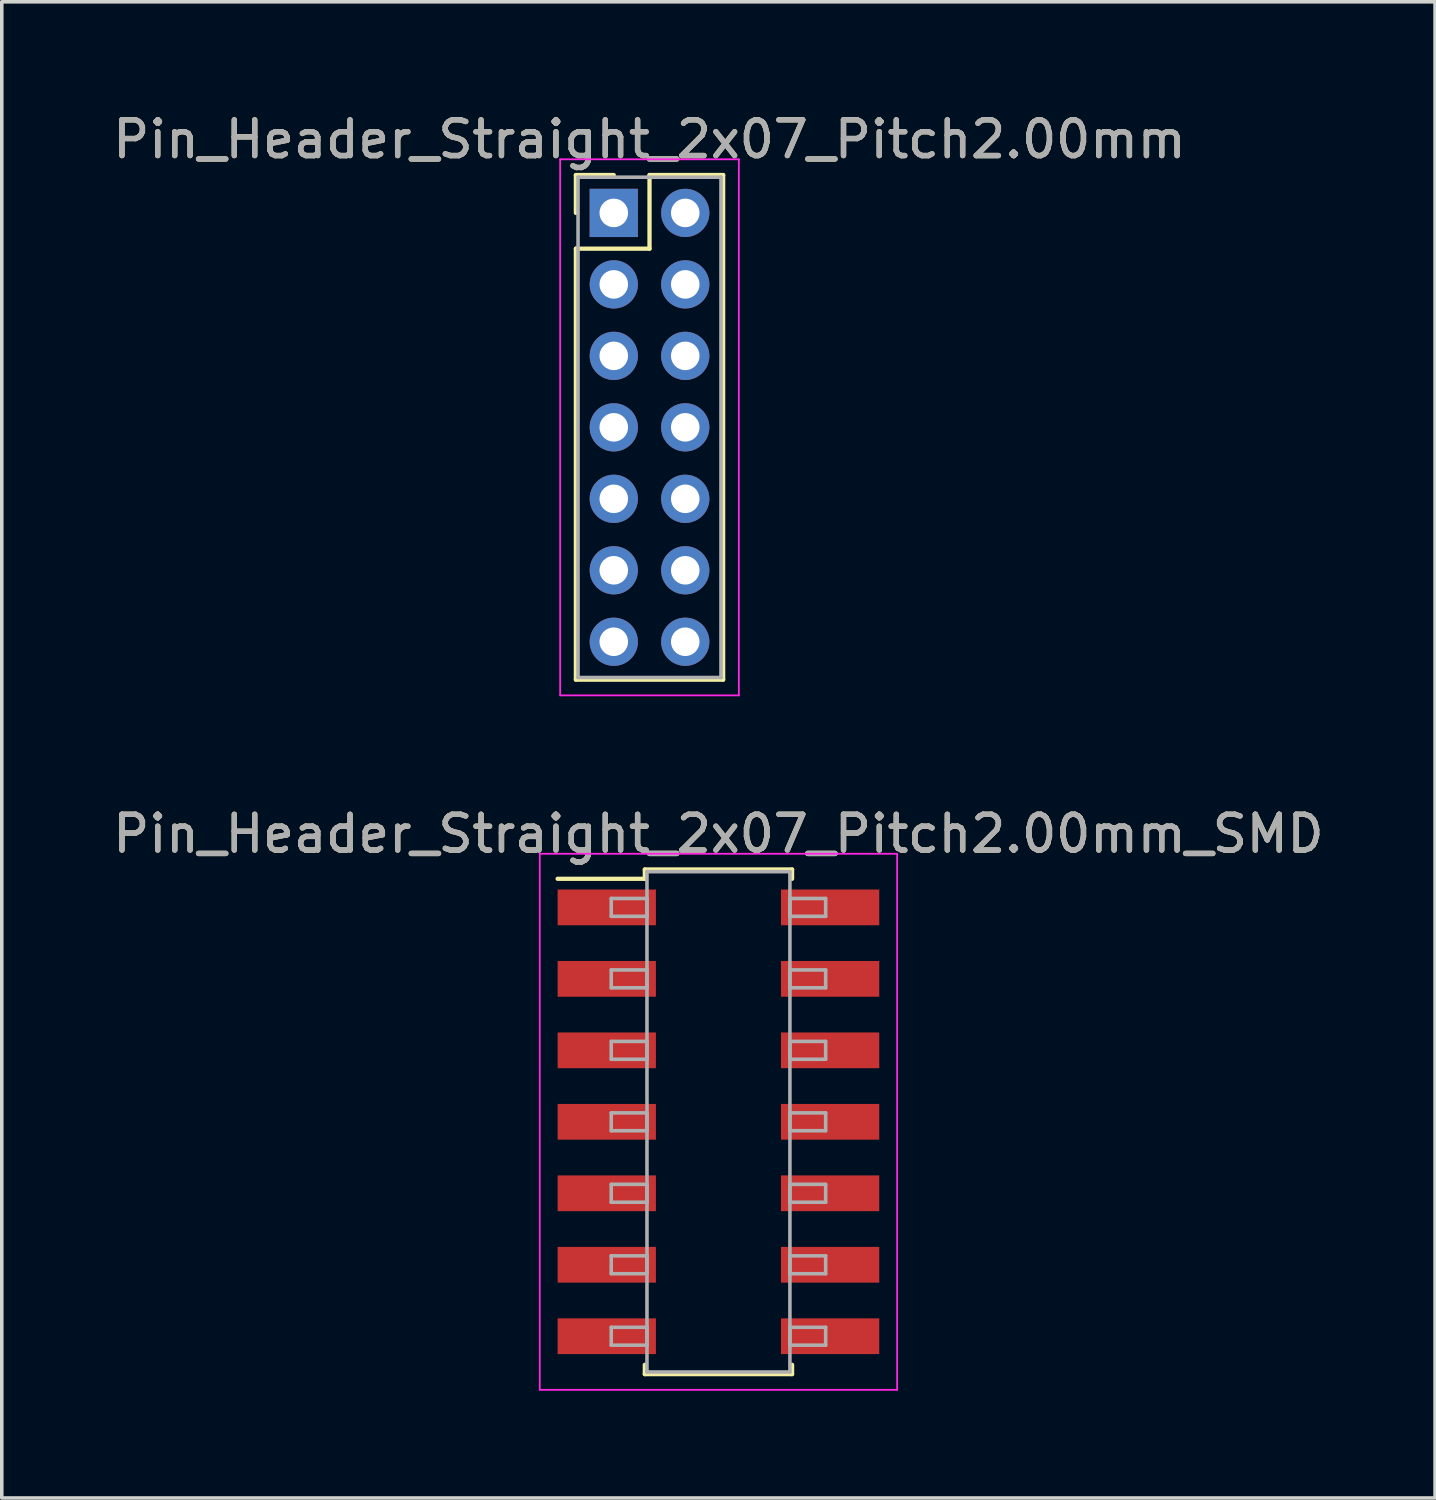
<source format=kicad_pcb>
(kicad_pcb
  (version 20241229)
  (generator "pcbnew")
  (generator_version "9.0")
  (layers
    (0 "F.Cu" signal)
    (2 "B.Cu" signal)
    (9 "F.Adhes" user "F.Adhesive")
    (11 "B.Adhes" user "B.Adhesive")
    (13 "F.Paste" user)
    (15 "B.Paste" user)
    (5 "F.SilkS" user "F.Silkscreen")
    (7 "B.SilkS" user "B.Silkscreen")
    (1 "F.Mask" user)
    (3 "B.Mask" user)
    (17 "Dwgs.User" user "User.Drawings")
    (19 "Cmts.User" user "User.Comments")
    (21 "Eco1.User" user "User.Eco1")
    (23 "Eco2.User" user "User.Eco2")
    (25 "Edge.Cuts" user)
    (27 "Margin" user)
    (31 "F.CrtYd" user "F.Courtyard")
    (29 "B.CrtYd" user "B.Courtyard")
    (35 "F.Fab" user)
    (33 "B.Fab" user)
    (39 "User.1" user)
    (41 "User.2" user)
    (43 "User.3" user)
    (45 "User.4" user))
  (footprint "Pin_Header_Straight_2x07_Pitch2.00mm"
    (layer "F.Cu")
    (at 14.125 2.908)
    (property "Reference" "Pin_Header_Straight_2x07_Pitch2.00mm" (at 1 -2.06 0) (layer "F.SilkS") (effects (font (size 1 1) (thickness 0.15))))
    (attr through_hole)
    (fp_line (start -1.06 -1.06) (end 0 -1.06) (stroke (width 0.12) (type solid)) (layer "F.SilkS"))
    (fp_line (start -1.06 0) (end -1.06 -1.06) (stroke (width 0.12) (type solid)) (layer "F.SilkS"))
    (fp_line (start -1.06 1) (end -1.06 13.06) (stroke (width 0.12) (type solid)) (layer "F.SilkS"))
    (fp_line (start -1.06 13.06) (end 3.06 13.06) (stroke (width 0.12) (type solid)) (layer "F.SilkS"))
    (fp_line (start 1 -1.06) (end 1 1) (stroke (width 0.12) (type solid)) (layer "F.SilkS"))
    (fp_line (start 1 1) (end -1.06 1) (stroke (width 0.12) (type solid)) (layer "F.SilkS"))
    (fp_line (start 3.06 -1.06) (end 1 -1.06) (stroke (width 0.12) (type solid)) (layer "F.SilkS"))
    (fp_line (start 3.06 13.06) (end 3.06 -1.06) (stroke (width 0.12) (type solid)) (layer "F.SilkS"))
    (fp_line (start -1.5 -1.5) (end -1.5 13.5) (stroke (width 0.05) (type solid)) (layer "F.CrtYd"))
    (fp_line (start -1.5 13.5) (end 3.5 13.5) (stroke (width 0.05) (type solid)) (layer "F.CrtYd"))
    (fp_line (start 3.5 -1.5) (end -1.5 -1.5) (stroke (width 0.05) (type solid)) (layer "F.CrtYd"))
    (fp_line (start 3.5 13.5) (end 3.5 -1.5) (stroke (width 0.05) (type solid)) (layer "F.CrtYd"))
    (fp_line (start -1 -1) (end -1 13) (stroke (width 0.1) (type solid)) (layer "F.Fab"))
    (fp_line (start -1 13) (end 3 13) (stroke (width 0.1) (type solid)) (layer "F.Fab"))
    (fp_line (start 3 -1) (end -1 -1) (stroke (width 0.1) (type solid)) (layer "F.Fab"))
    (fp_line (start 3 13) (end 3 -1) (stroke (width 0.1) (type solid)) (layer "F.Fab"))
    (fp_text user "${REFERENCE}" (at 1 -2.06 0) (layer "F.Fab") (effects (font (size 1 1) (thickness 0.15))))
    (pad "1" thru_hole rect (at 0 0) (size 1.35 1.35) (drill 0.8) (layers "*.Cu" "*.Mask"))
    (pad "2" thru_hole oval (at 2 0) (size 1.35 1.35) (drill 0.8) (layers "*.Cu" "*.Mask"))
    (pad "3" thru_hole oval (at 0 2) (size 1.35 1.35) (drill 0.8) (layers "*.Cu" "*.Mask"))
    (pad "4" thru_hole oval (at 2 2) (size 1.35 1.35) (drill 0.8) (layers "*.Cu" "*.Mask"))
    (pad "5" thru_hole oval (at 0 4) (size 1.35 1.35) (drill 0.8) (layers "*.Cu" "*.Mask"))
    (pad "6" thru_hole oval (at 2 4) (size 1.35 1.35) (drill 0.8) (layers "*.Cu" "*.Mask"))
    (pad "7" thru_hole oval (at 0 6) (size 1.35 1.35) (drill 0.8) (layers "*.Cu" "*.Mask"))
    (pad "8" thru_hole oval (at 2 6) (size 1.35 1.35) (drill 0.8) (layers "*.Cu" "*.Mask"))
    (pad "9" thru_hole oval (at 0 8) (size 1.35 1.35) (drill 0.8) (layers "*.Cu" "*.Mask"))
    (pad "10" thru_hole oval (at 2 8) (size 1.35 1.35) (drill 0.8) (layers "*.Cu" "*.Mask"))
    (pad "11" thru_hole oval (at 0 10) (size 1.35 1.35) (drill 0.8) (layers "*.Cu" "*.Mask"))
    (pad "12" thru_hole oval (at 2 10) (size 1.35 1.35) (drill 0.8) (layers "*.Cu" "*.Mask"))
    (pad "13" thru_hole oval (at 0 12) (size 1.35 1.35) (drill 0.8) (layers "*.Cu" "*.Mask"))
    (pad "14" thru_hole oval (at 2 12) (size 1.35 1.35) (drill 0.8) (layers "*.Cu" "*.Mask")))
  (footprint "Pin_Header_Straight_2x07_Pitch2.00mm_SMD"
    (layer "F.Cu")
    (at 17.054 28.341)
    (property "Reference" "Pin_Header_Straight_2x07_Pitch2.00mm_SMD" (at 0 -8.06 0) (layer "F.SilkS") (effects (font (size 1 1) (thickness 0.15))))
    (attr smd)
    (fp_line (start -4.5 -6.8) (end -2.06 -6.8) (stroke (width 0.12) (type solid)) (layer "F.SilkS"))
    (fp_line (start -2.06 -7.06) (end 2.06 -7.06) (stroke (width 0.12) (type solid)) (layer "F.SilkS"))
    (fp_line (start -2.06 -6.8) (end -2.06 -7.06) (stroke (width 0.12) (type solid)) (layer "F.SilkS"))
    (fp_line (start -2.06 6.8) (end -2.06 7.06) (stroke (width 0.12) (type solid)) (layer "F.SilkS"))
    (fp_line (start -2.06 7.06) (end 2.06 7.06) (stroke (width 0.12) (type solid)) (layer "F.SilkS"))
    (fp_line (start 2.06 -7.06) (end 2.06 -6.8) (stroke (width 0.12) (type solid)) (layer "F.SilkS"))
    (fp_line (start 2.06 7.06) (end 2.06 6.8) (stroke (width 0.12) (type solid)) (layer "F.SilkS"))
    (fp_line (start -5 -7.5) (end -5 7.5) (stroke (width 0.05) (type solid)) (layer "F.CrtYd"))
    (fp_line (start -5 7.5) (end 5 7.5) (stroke (width 0.05) (type solid)) (layer "F.CrtYd"))
    (fp_line (start 5 -7.5) (end -5 -7.5) (stroke (width 0.05) (type solid)) (layer "F.CrtYd"))
    (fp_line (start 5 7.5) (end 5 -7.5) (stroke (width 0.05) (type solid)) (layer "F.CrtYd"))
    (fp_line (start -3 -6.25) (end -2 -6.25) (stroke (width 0.1) (type solid)) (layer "F.Fab"))
    (fp_line (start -3 -5.75) (end -3 -6.25) (stroke (width 0.1) (type solid)) (layer "F.Fab"))
    (fp_line (start -3 -4.25) (end -2 -4.25) (stroke (width 0.1) (type solid)) (layer "F.Fab"))
    (fp_line (start -3 -3.75) (end -3 -4.25) (stroke (width 0.1) (type solid)) (layer "F.Fab"))
    (fp_line (start -3 -2.25) (end -2 -2.25) (stroke (width 0.1) (type solid)) (layer "F.Fab"))
    (fp_line (start -3 -1.75) (end -3 -2.25) (stroke (width 0.1) (type solid)) (layer "F.Fab"))
    (fp_line (start -3 -0.25) (end -2 -0.25) (stroke (width 0.1) (type solid)) (layer "F.Fab"))
    (fp_line (start -3 0.25) (end -3 -0.25) (stroke (width 0.1) (type solid)) (layer "F.Fab"))
    (fp_line (start -3 1.75) (end -2 1.75) (stroke (width 0.1) (type solid)) (layer "F.Fab"))
    (fp_line (start -3 2.25) (end -3 1.75) (stroke (width 0.1) (type solid)) (layer "F.Fab"))
    (fp_line (start -3 3.75) (end -2 3.75) (stroke (width 0.1) (type solid)) (layer "F.Fab"))
    (fp_line (start -3 4.25) (end -3 3.75) (stroke (width 0.1) (type solid)) (layer "F.Fab"))
    (fp_line (start -3 5.75) (end -2 5.75) (stroke (width 0.1) (type solid)) (layer "F.Fab"))
    (fp_line (start -3 6.25) (end -3 5.75) (stroke (width 0.1) (type solid)) (layer "F.Fab"))
    (fp_line (start -2 -7) (end -2 7) (stroke (width 0.1) (type solid)) (layer "F.Fab"))
    (fp_line (start -2 -6.25) (end -2 -5.75) (stroke (width 0.1) (type solid)) (layer "F.Fab"))
    (fp_line (start -2 -5.75) (end -3 -5.75) (stroke (width 0.1) (type solid)) (layer "F.Fab"))
    (fp_line (start -2 -4.25) (end -2 -3.75) (stroke (width 0.1) (type solid)) (layer "F.Fab"))
    (fp_line (start -2 -3.75) (end -3 -3.75) (stroke (width 0.1) (type solid)) (layer "F.Fab"))
    (fp_line (start -2 -2.25) (end -2 -1.75) (stroke (width 0.1) (type solid)) (layer "F.Fab"))
    (fp_line (start -2 -1.75) (end -3 -1.75) (stroke (width 0.1) (type solid)) (layer "F.Fab"))
    (fp_line (start -2 -0.25) (end -2 0.25) (stroke (width 0.1) (type solid)) (layer "F.Fab"))
    (fp_line (start -2 0.25) (end -3 0.25) (stroke (width 0.1) (type solid)) (layer "F.Fab"))
    (fp_line (start -2 1.75) (end -2 2.25) (stroke (width 0.1) (type solid)) (layer "F.Fab"))
    (fp_line (start -2 2.25) (end -3 2.25) (stroke (width 0.1) (type solid)) (layer "F.Fab"))
    (fp_line (start -2 3.75) (end -2 4.25) (stroke (width 0.1) (type solid)) (layer "F.Fab"))
    (fp_line (start -2 4.25) (end -3 4.25) (stroke (width 0.1) (type solid)) (layer "F.Fab"))
    (fp_line (start -2 5.75) (end -2 6.25) (stroke (width 0.1) (type solid)) (layer "F.Fab"))
    (fp_line (start -2 6.25) (end -3 6.25) (stroke (width 0.1) (type solid)) (layer "F.Fab"))
    (fp_line (start -2 7) (end 2 7) (stroke (width 0.1) (type solid)) (layer "F.Fab"))
    (fp_line (start 2 -7) (end -2 -7) (stroke (width 0.1) (type solid)) (layer "F.Fab"))
    (fp_line (start 2 -6.25) (end 2 -5.75) (stroke (width 0.1) (type solid)) (layer "F.Fab"))
    (fp_line (start 2 -5.75) (end 3 -5.75) (stroke (width 0.1) (type solid)) (layer "F.Fab"))
    (fp_line (start 2 -4.25) (end 2 -3.75) (stroke (width 0.1) (type solid)) (layer "F.Fab"))
    (fp_line (start 2 -3.75) (end 3 -3.75) (stroke (width 0.1) (type solid)) (layer "F.Fab"))
    (fp_line (start 2 -2.25) (end 2 -1.75) (stroke (width 0.1) (type solid)) (layer "F.Fab"))
    (fp_line (start 2 -1.75) (end 3 -1.75) (stroke (width 0.1) (type solid)) (layer "F.Fab"))
    (fp_line (start 2 -0.25) (end 2 0.25) (stroke (width 0.1) (type solid)) (layer "F.Fab"))
    (fp_line (start 2 0.25) (end 3 0.25) (stroke (width 0.1) (type solid)) (layer "F.Fab"))
    (fp_line (start 2 1.75) (end 2 2.25) (stroke (width 0.1) (type solid)) (layer "F.Fab"))
    (fp_line (start 2 2.25) (end 3 2.25) (stroke (width 0.1) (type solid)) (layer "F.Fab"))
    (fp_line (start 2 3.75) (end 2 4.25) (stroke (width 0.1) (type solid)) (layer "F.Fab"))
    (fp_line (start 2 4.25) (end 3 4.25) (stroke (width 0.1) (type solid)) (layer "F.Fab"))
    (fp_line (start 2 5.75) (end 2 6.25) (stroke (width 0.1) (type solid)) (layer "F.Fab"))
    (fp_line (start 2 6.25) (end 3 6.25) (stroke (width 0.1) (type solid)) (layer "F.Fab"))
    (fp_line (start 2 7) (end 2 -7) (stroke (width 0.1) (type solid)) (layer "F.Fab"))
    (fp_line (start 3 -6.25) (end 2 -6.25) (stroke (width 0.1) (type solid)) (layer "F.Fab"))
    (fp_line (start 3 -5.75) (end 3 -6.25) (stroke (width 0.1) (type solid)) (layer "F.Fab"))
    (fp_line (start 3 -4.25) (end 2 -4.25) (stroke (width 0.1) (type solid)) (layer "F.Fab"))
    (fp_line (start 3 -3.75) (end 3 -4.25) (stroke (width 0.1) (type solid)) (layer "F.Fab"))
    (fp_line (start 3 -2.25) (end 2 -2.25) (stroke (width 0.1) (type solid)) (layer "F.Fab"))
    (fp_line (start 3 -1.75) (end 3 -2.25) (stroke (width 0.1) (type solid)) (layer "F.Fab"))
    (fp_line (start 3 -0.25) (end 2 -0.25) (stroke (width 0.1) (type solid)) (layer "F.Fab"))
    (fp_line (start 3 0.25) (end 3 -0.25) (stroke (width 0.1) (type solid)) (layer "F.Fab"))
    (fp_line (start 3 1.75) (end 2 1.75) (stroke (width 0.1) (type solid)) (layer "F.Fab"))
    (fp_line (start 3 2.25) (end 3 1.75) (stroke (width 0.1) (type solid)) (layer "F.Fab"))
    (fp_line (start 3 3.75) (end 2 3.75) (stroke (width 0.1) (type solid)) (layer "F.Fab"))
    (fp_line (start 3 4.25) (end 3 3.75) (stroke (width 0.1) (type solid)) (layer "F.Fab"))
    (fp_line (start 3 5.75) (end 2 5.75) (stroke (width 0.1) (type solid)) (layer "F.Fab"))
    (fp_line (start 3 6.25) (end 3 5.75) (stroke (width 0.1) (type solid)) (layer "F.Fab"))
    (fp_text user "${REFERENCE}" (at 0 -8.06 0) (layer "F.Fab") (effects (font (size 1 1) (thickness 0.15))))
    (pad "1" smd rect (at -3.125 -6) (size 2.75 1) (layers "F.Cu" "F.Mask" "F.Paste"))
    (pad "2" smd rect (at 3.125 -6) (size 2.75 1) (layers "F.Cu" "F.Mask" "F.Paste"))
    (pad "3" smd rect (at -3.125 -4) (size 2.75 1) (layers "F.Cu" "F.Mask" "F.Paste"))
    (pad "4" smd rect (at 3.125 -4) (size 2.75 1) (layers "F.Cu" "F.Mask" "F.Paste"))
    (pad "5" smd rect (at -3.125 -2) (size 2.75 1) (layers "F.Cu" "F.Mask" "F.Paste"))
    (pad "6" smd rect (at 3.125 -2) (size 2.75 1) (layers "F.Cu" "F.Mask" "F.Paste"))
    (pad "7" smd rect (at -3.125 0) (size 2.75 1) (layers "F.Cu" "F.Mask" "F.Paste"))
    (pad "8" smd rect (at 3.125 0) (size 2.75 1) (layers "F.Cu" "F.Mask" "F.Paste"))
    (pad "9" smd rect (at -3.125 2) (size 2.75 1) (layers "F.Cu" "F.Mask" "F.Paste"))
    (pad "10" smd rect (at 3.125 2) (size 2.75 1) (layers "F.Cu" "F.Mask" "F.Paste"))
    (pad "11" smd rect (at -3.125 4) (size 2.75 1) (layers "F.Cu" "F.Mask" "F.Paste"))
    (pad "12" smd rect (at 3.125 4) (size 2.75 1) (layers "F.Cu" "F.Mask" "F.Paste"))
    (pad "13" smd rect (at -3.125 6) (size 2.75 1) (layers "F.Cu" "F.Mask" "F.Paste"))
    (pad "14" smd rect (at 3.125 6) (size 2.75 1) (layers "F.Cu" "F.Mask" "F.Paste")))
  (gr_rect
    (start -3 -3)
    (end 37.107 38.867)
    (stroke (width 0.1) (type default))
    (fill no)
    (layer "Edge.Cuts")))
</source>
